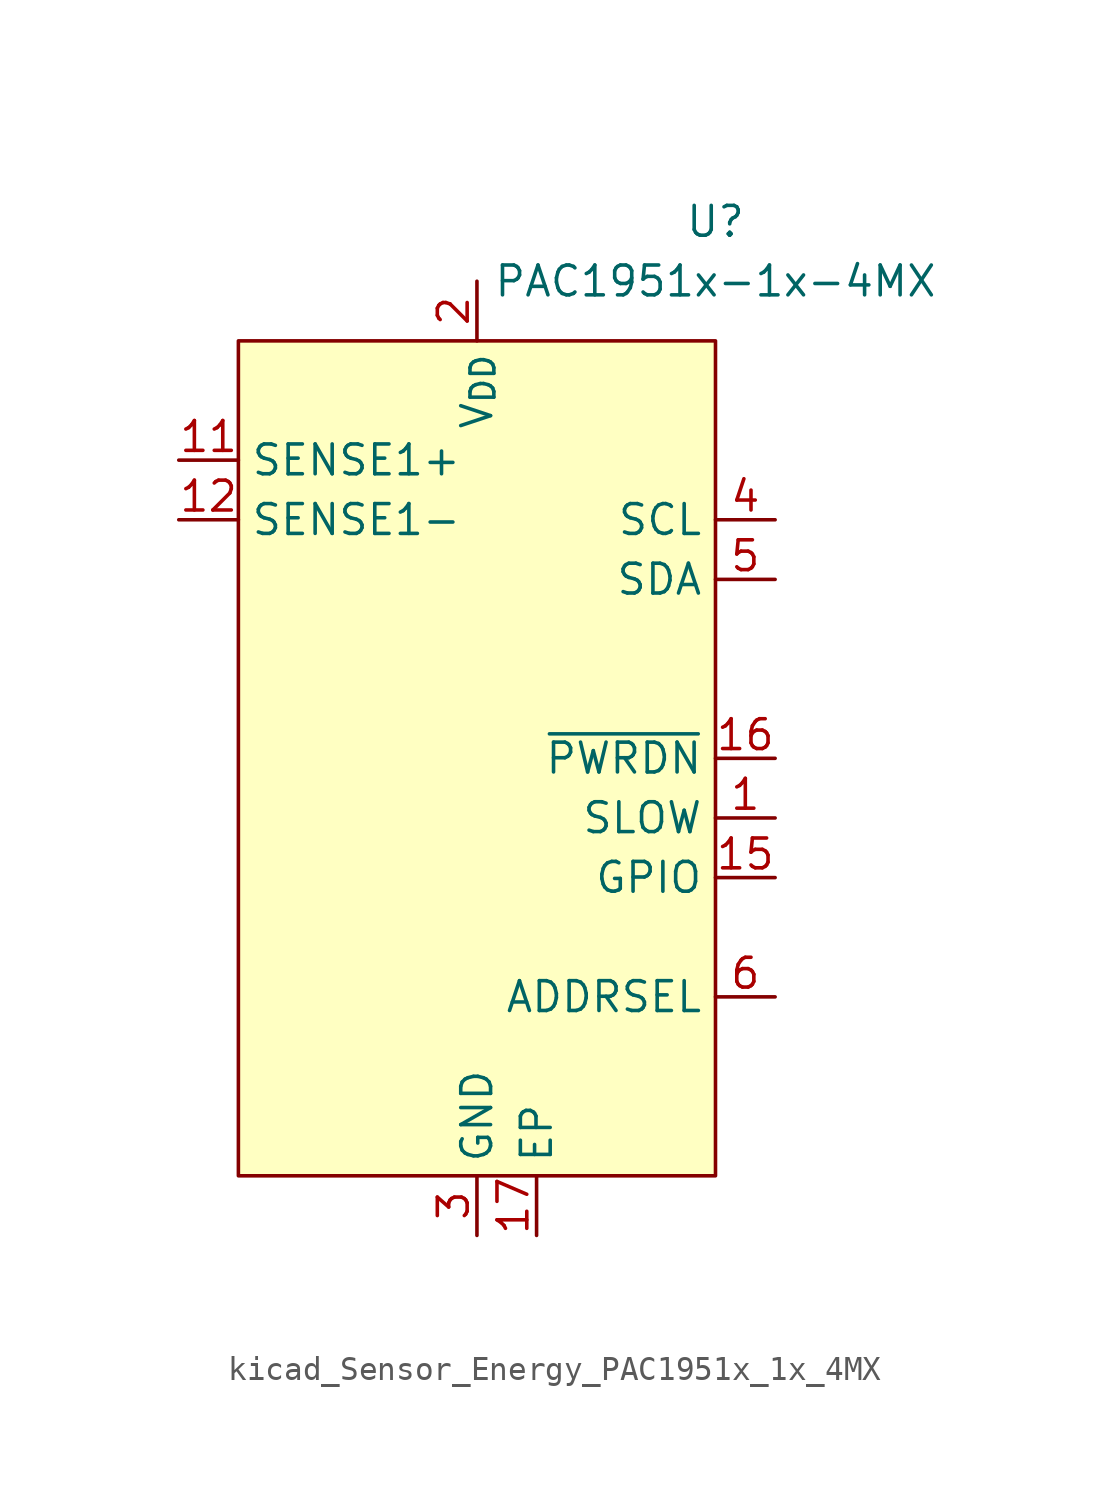
<source format=kicad_sym>
(kicad_symbol_lib
  (version 20220914)
  (generator kicad_symbol_editor)
  (symbol "kicad_Sensor_Energy_PAC1951x_1x_4MX"
    (property "Reference" "U"
      (at 10.16 22.86 0)
      (effects (font (size 1.27 1.27))))
    (property "Value" "PAC1951x-1x-4MX"
      (at 10.16 20.32 0)
      (effects (font (size 1.27 1.27))))
    (symbol "kicad_Sensor_Energy_PAC1951x_1x_4MX_0_0"
      (pin input line (at 12.7 -2.54 180) (length 2.54) (name "SLOW" (effects (font (size 1.27 1.27)))) (number "1" (effects (font (size 1.27 1.27)))) (alternate "GPIO" bidirectional line) (alternate "~{ALERT1}" open_collector line))
      (pin passive line (at 0 -20.32 90) (length 2.54) hide (name "GND" (effects (font (size 1.27 1.27)))) (number "10" (effects (font (size 1.27 1.27)))))
      (pin input line (at -12.7 12.7 0) (length 2.54) (name "SENSE1+" (effects (font (size 1.27 1.27)))) (number "11" (effects (font (size 1.27 1.27)))))
      (pin input line (at -12.7 10.16 0) (length 2.54) (name "SENSE1-" (effects (font (size 1.27 1.27)))) (number "12" (effects (font (size 1.27 1.27)))))
      (pin passive line (at 0 -20.32 90) (length 2.54) hide (name "GND" (effects (font (size 1.27 1.27)))) (number "13" (effects (font (size 1.27 1.27)))))
      (pin passive line (at 0 -20.32 90) (length 2.54) hide (name "GND" (effects (font (size 1.27 1.27)))) (number "14" (effects (font (size 1.27 1.27)))))
      (pin bidirectional line (at 12.7 -5.08 180) (length 2.54) (name "GPIO" (effects (font (size 1.27 1.27)))) (number "15" (effects (font (size 1.27 1.27)))) (alternate "~{ALERT2}" open_collector line))
      (pin input line (at 12.7 0 180) (length 2.54) (name "~{PWRDN}" (effects (font (size 1.27 1.27)))) (number "16" (effects (font (size 1.27 1.27)))))
      (pin passive line (at 2.54 -20.32 90) (length 2.54) (name "EP" (effects (font (size 1.27 1.27)))) (number "17" (effects (font (size 1.27 1.27)))))
      (pin power_in line (at 0 20.32 270) (length 2.54) (name "V_{DD}" (effects (font (size 1.27 1.27)))) (number "2" (effects (font (size 1.27 1.27)))))
      (pin power_in line (at 0 -20.32 90) (length 2.54) (name "GND" (effects (font (size 1.27 1.27)))) (number "3" (effects (font (size 1.27 1.27)))))
      (pin input line (at 12.7 10.16 180) (length 2.54) (name "SCL" (effects (font (size 1.27 1.27)))) (number "4" (effects (font (size 1.27 1.27)))) (alternate "SM_CLK" input line))
      (pin bidirectional line (at 12.7 7.62 180) (length 2.54) (name "SDA" (effects (font (size 1.27 1.27)))) (number "5" (effects (font (size 1.27 1.27)))) (alternate "SM_DATA" bidirectional line))
      (pin passive line (at 12.7 -10.16 180) (length 2.54) (name "ADDRSEL" (effects (font (size 1.27 1.27)))) (number "6" (effects (font (size 1.27 1.27)))))
      (pin passive line (at 0 -20.32 90) (length 2.54) hide (name "GND" (effects (font (size 1.27 1.27)))) (number "7" (effects (font (size 1.27 1.27)))))
      (pin passive line (at 0 -20.32 90) (length 2.54) hide (name "GND" (effects (font (size 1.27 1.27)))) (number "8" (effects (font (size 1.27 1.27)))))
      (pin passive line (at 0 -20.32 90) (length 2.54) hide (name "GND" (effects (font (size 1.27 1.27)))) (number "9" (effects (font (size 1.27 1.27))))))
    (symbol "kicad_Sensor_Energy_PAC1951x_1x_4MX_0_1"
      (rectangle (start -10.16 17.78) (end 10.16 -17.78) (stroke (width 0) (type default)) (fill (type background))))))
</source>
